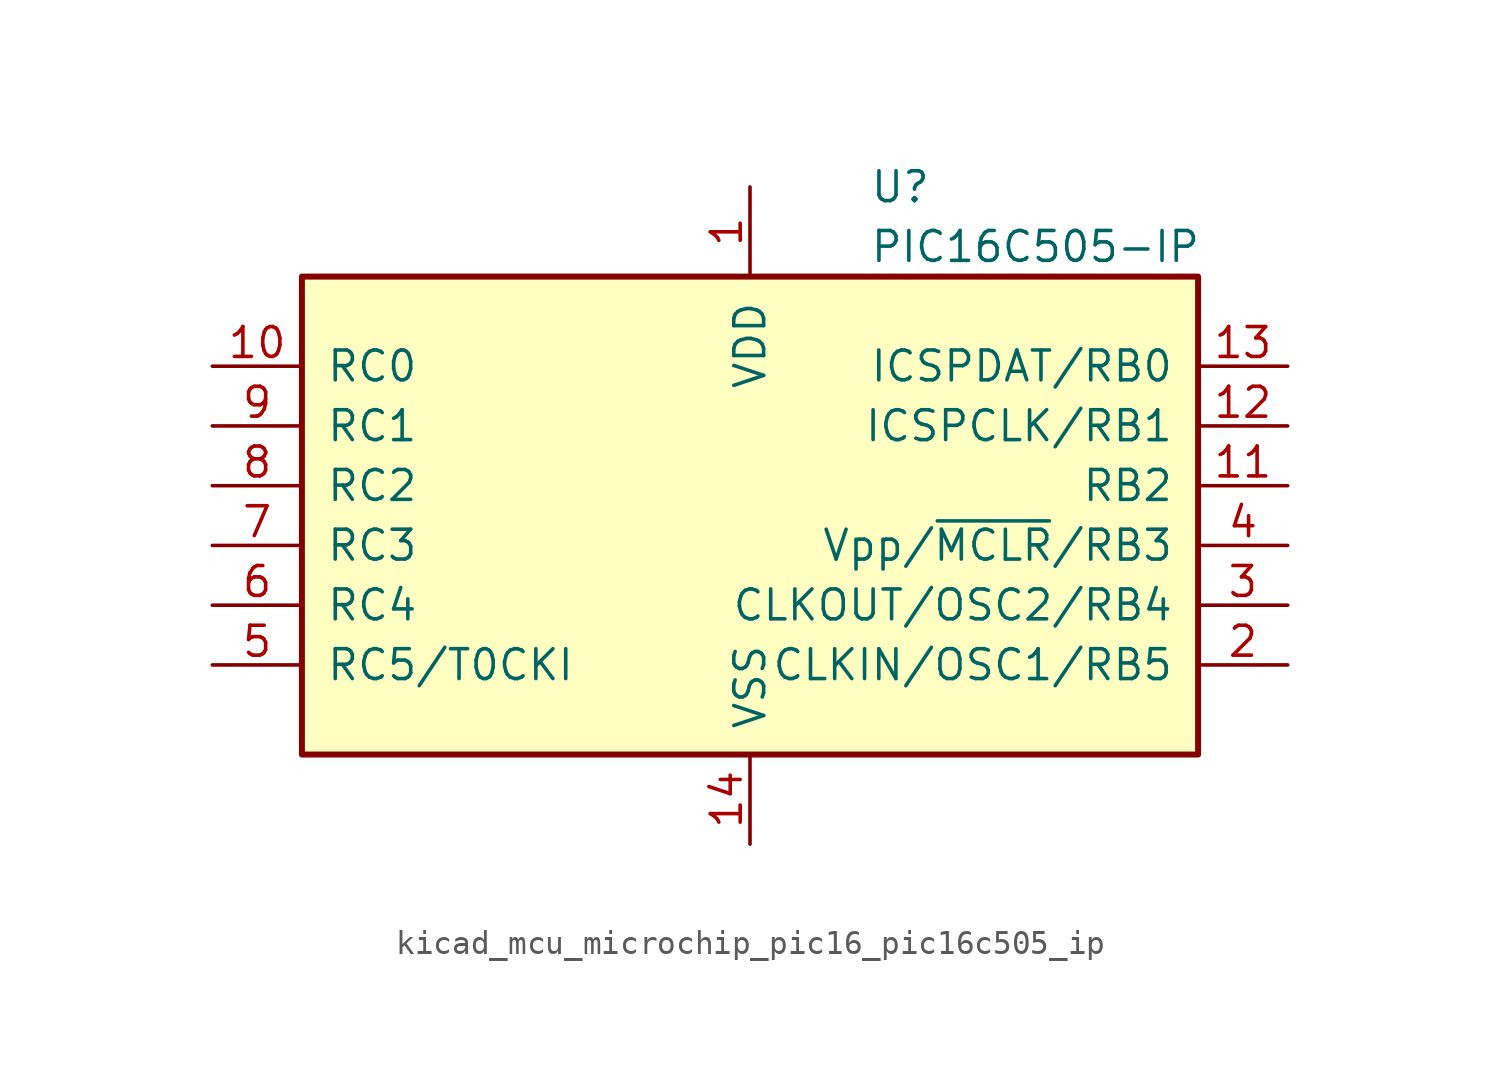
<source format=kicad_sym>
(kicad_symbol_lib
  (version 20220914)
  (generator kicad_symbol_editor)
  (symbol "kicad_mcu_microchip_pic16_pic16c505_ip"
    (pin_names
      (offset 1.016))
    (property "Reference" "U"
      (at 5.08 12.7 0)
      (effects (font (size 1.27 1.27)) (justify left)))
    (property "Value" "PIC16C505-IP"
      (at 5.08 10.16 0)
      (effects (font (size 1.27 1.27)) (justify left)))
    (symbol "kicad_mcu_microchip_pic16_pic16c505_ip_0_1"
      (rectangle (start -19.05 8.89) (end 19.05 -11.43) (stroke (width 0.254) (type default)) (fill (type background))))
    (symbol "kicad_mcu_microchip_pic16_pic16c505_ip_1_1"
      (pin power_in line (at 0 12.7 270) (length 3.81) (name "VDD" (effects (font (size 1.27 1.27)))) (number "1" (effects (font (size 1.27 1.27)))))
      (pin bidirectional line (at -22.86 5.08 0) (length 3.81) (name "RC0" (effects (font (size 1.27 1.27)))) (number "10" (effects (font (size 1.27 1.27)))))
      (pin bidirectional line (at 22.86 0 180) (length 3.81) (name "RB2" (effects (font (size 1.27 1.27)))) (number "11" (effects (font (size 1.27 1.27)))))
      (pin bidirectional line (at 22.86 2.54 180) (length 3.81) (name "ICSPCLK/RB1" (effects (font (size 1.27 1.27)))) (number "12" (effects (font (size 1.27 1.27)))))
      (pin bidirectional line (at 22.86 5.08 180) (length 3.81) (name "ICSPDAT/RB0" (effects (font (size 1.27 1.27)))) (number "13" (effects (font (size 1.27 1.27)))))
      (pin power_in line (at 0 -15.24 90) (length 3.81) (name "VSS" (effects (font (size 1.27 1.27)))) (number "14" (effects (font (size 1.27 1.27)))))
      (pin bidirectional line (at 22.86 -7.62 180) (length 3.81) (name "CLKIN/OSC1/RB5" (effects (font (size 1.27 1.27)))) (number "2" (effects (font (size 1.27 1.27)))))
      (pin bidirectional line (at 22.86 -5.08 180) (length 3.81) (name "CLKOUT/OSC2/RB4" (effects (font (size 1.27 1.27)))) (number "3" (effects (font (size 1.27 1.27)))))
      (pin input line (at 22.86 -2.54 180) (length 3.81) (name "Vpp/~{MCLR}/RB3" (effects (font (size 1.27 1.27)))) (number "4" (effects (font (size 1.27 1.27)))))
      (pin bidirectional line (at -22.86 -7.62 0) (length 3.81) (name "RC5/T0CKI" (effects (font (size 1.27 1.27)))) (number "5" (effects (font (size 1.27 1.27)))))
      (pin bidirectional line (at -22.86 -5.08 0) (length 3.81) (name "RC4" (effects (font (size 1.27 1.27)))) (number "6" (effects (font (size 1.27 1.27)))))
      (pin bidirectional line (at -22.86 -2.54 0) (length 3.81) (name "RC3" (effects (font (size 1.27 1.27)))) (number "7" (effects (font (size 1.27 1.27)))))
      (pin bidirectional line (at -22.86 0 0) (length 3.81) (name "RC2" (effects (font (size 1.27 1.27)))) (number "8" (effects (font (size 1.27 1.27)))))
      (pin bidirectional line (at -22.86 2.54 0) (length 3.81) (name "RC1" (effects (font (size 1.27 1.27)))) (number "9" (effects (font (size 1.27 1.27))))))))
</source>
